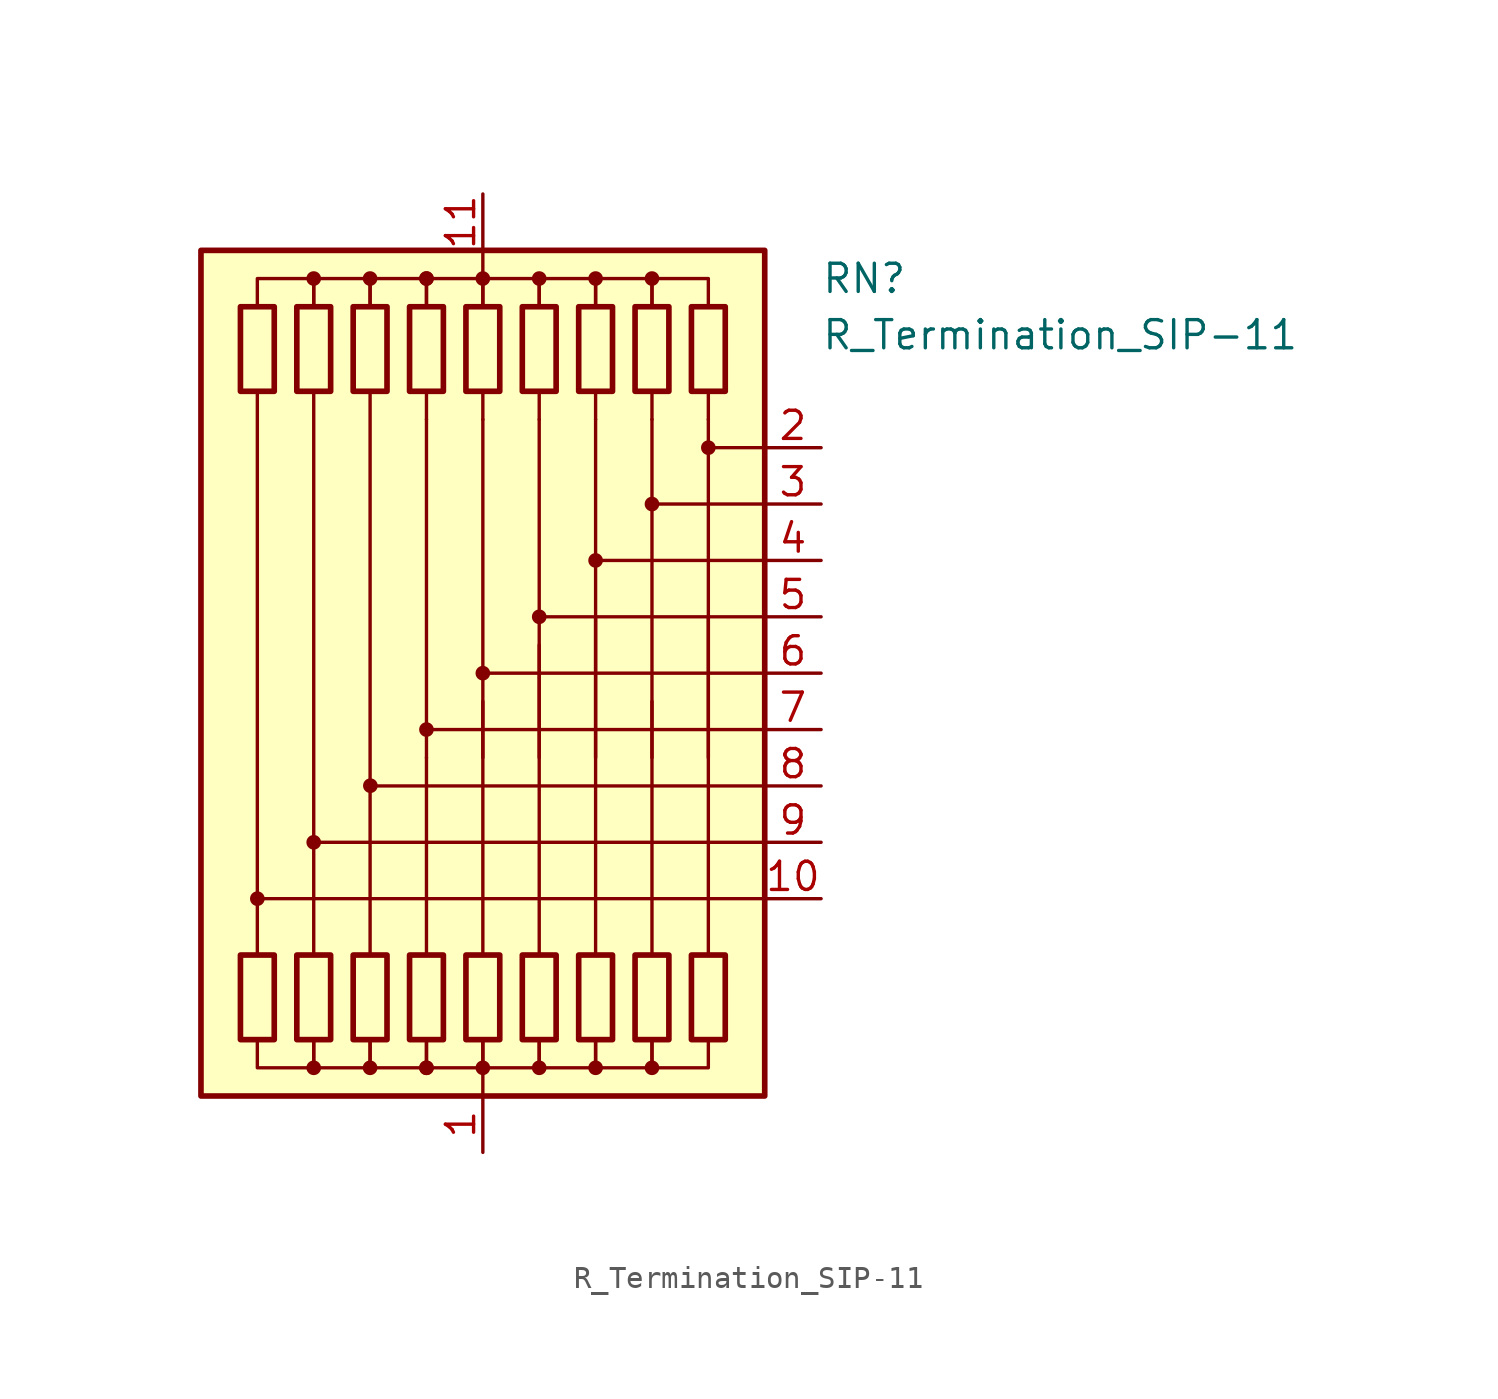
<source format=kicad_sym>
(kicad_symbol_lib
  (version 20211014)
  (generator kicad_symbol_editor)
  (symbol "R_Termination_SIP-11"
    (pin_names
      (offset 0.002) hide)
    (property "Reference" "RN"
      (at 15.24 17.78 0)
      (effects (font (size 1.27 1.27)) (justify left)))
    (property "Value" "R_Termination_SIP-11"
      (at 15.24 15.24 0)
      (effects (font (size 1.27 1.27)) (justify left)))
    (symbol "R_Termination_SIP-11_0_1"
      (rectangle (start -10.922 16.51) (end -9.398 12.7) (stroke (width 0.254) (type default) (color 0 0 0 0)) (fill (type none)))
      (circle (center -10.16 -10.16) (radius 0.254) (stroke (width 0) (type default) (color 0 0 0 0)) (fill (type outline)))
      (rectangle (start -9.398 -16.51) (end -10.922 -12.7) (stroke (width 0.254) (type default) (color 0 0 0 0)) (fill (type none)))
      (rectangle (start -8.382 16.51) (end -6.858 12.7) (stroke (width 0.254) (type default) (color 0 0 0 0)) (fill (type none)))
      (circle (center -7.62 -17.78) (radius 0.254) (stroke (width 0) (type default) (color 0 0 0 0)) (fill (type outline)))
      (circle (center -7.62 -7.62) (radius 0.254) (stroke (width 0) (type default) (color 0 0 0 0)) (fill (type outline)))
      (circle (center -7.62 17.78) (radius 0.254) (stroke (width 0) (type default) (color 0 0 0 0)) (fill (type outline)))
      (rectangle (start -6.858 -16.51) (end -8.382 -12.7) (stroke (width 0.254) (type default) (color 0 0 0 0)) (fill (type none)))
      (rectangle (start -5.842 16.51) (end -4.318 12.7) (stroke (width 0.254) (type default) (color 0 0 0 0)) (fill (type none)))
      (circle (center -5.08 -17.78) (radius 0.254) (stroke (width 0) (type default) (color 0 0 0 0)) (fill (type outline)))
      (circle (center -5.08 17.78) (radius 0.254) (stroke (width 0) (type default) (color 0 0 0 0)) (fill (type outline)))
      (circle (center -5.068 -5.069) (radius 0.254) (stroke (width 0) (type default) (color 0 0 0 0)) (fill (type outline)))
      (rectangle (start -4.318 -16.51) (end -5.842 -12.7) (stroke (width 0.254) (type default) (color 0 0 0 0)) (fill (type none)))
      (rectangle (start -3.302 16.51) (end -1.778 12.7) (stroke (width 0.254) (type default) (color 0 0 0 0)) (fill (type none)))
      (circle (center -2.54 -17.78) (radius 0.254) (stroke (width 0) (type default) (color 0 0 0 0)) (fill (type outline)))
      (circle (center -2.54 -17.78) (radius 0.254) (stroke (width 0) (type default) (color 0 0 0 0)) (fill (type outline)))
      (circle (center -2.54 -2.54) (radius 0.254) (stroke (width 0) (type default) (color 0 0 0 0)) (fill (type outline)))
      (circle (center -2.54 17.78) (radius 0.254) (stroke (width 0) (type default) (color 0 0 0 0)) (fill (type outline)))
      (circle (center -2.54 17.78) (radius 0.254) (stroke (width 0) (type default) (color 0 0 0 0)) (fill (type outline)))
      (rectangle (start -1.778 -16.51) (end -3.302 -12.7) (stroke (width 0.254) (type default) (color 0 0 0 0)) (fill (type none)))
      (rectangle (start -0.762 16.51) (end 0.762 12.7) (stroke (width 0.254) (type default) (color 0 0 0 0)) (fill (type none)))
      (circle (center 0 -17.78) (radius 0.254) (stroke (width 0) (type default) (color 0 0 0 0)) (fill (type outline)))
      (polyline (pts (xy -10.16 12.7) (xy -10.16 -12.7)) (stroke (width 0) (type default) (color 0 0 0 0)) (fill (type none)))
      (polyline (pts (xy -7.62 12.7) (xy -7.62 -12.7)) (stroke (width 0) (type default) (color 0 0 0 0)) (fill (type none)))
      (polyline (pts (xy -5.08 12.7) (xy -5.08 -12.7)) (stroke (width 0) (type default) (color 0 0 0 0)) (fill (type none)))
      (polyline (pts (xy -2.54 -12.7) (xy -2.54 -3.81)) (stroke (width 0) (type default) (color 0 0 0 0)) (fill (type none)))
      (polyline (pts (xy -2.54 11.43) (xy -2.54 -3.81)) (stroke (width 0.152) (type default) (color 0 0 0 0)) (fill (type none)))
      (polyline (pts (xy -2.54 12.7) (xy -2.54 11.43)) (stroke (width 0) (type default) (color 0 0 0 0)) (fill (type none)))
      (polyline (pts (xy 0 -19.05) (xy 0 -17.78)) (stroke (width 0) (type default) (color 0 0 0 0)) (fill (type none)))
      (polyline (pts (xy 0 -12.7) (xy 0 -1.27)) (stroke (width 0) (type default) (color 0 0 0 0)) (fill (type none)))
      (polyline (pts (xy 0 11.43) (xy 0 -3.81)) (stroke (width 0.152) (type default) (color 0 0 0 0)) (fill (type none)))
      (polyline (pts (xy 0 12.7) (xy 0 11.43)) (stroke (width 0) (type default) (color 0 0 0 0)) (fill (type none)))
      (polyline (pts (xy 0 19.05) (xy 0 17.78)) (stroke (width 0) (type default) (color 0 0 0 0)) (fill (type none)))
      (polyline (pts (xy 2.54 -12.7) (xy 2.54 1.27)) (stroke (width 0) (type default) (color 0 0 0 0)) (fill (type none)))
      (polyline (pts (xy 2.54 11.43) (xy 2.54 -3.81)) (stroke (width 0.152) (type default) (color 0 0 0 0)) (fill (type none)))
      (polyline (pts (xy 2.54 12.7) (xy 2.54 11.43)) (stroke (width 0) (type default) (color 0 0 0 0)) (fill (type none)))
      (polyline (pts (xy 5.08 -12.7) (xy 5.08 2.54)) (stroke (width 0) (type default) (color 0 0 0 0)) (fill (type none)))
      (polyline (pts (xy 5.08 11.43) (xy 5.08 -3.81)) (stroke (width 0.152) (type default) (color 0 0 0 0)) (fill (type none)))
      (polyline (pts (xy 5.08 12.7) (xy 5.08 11.43)) (stroke (width 0) (type default) (color 0 0 0 0)) (fill (type none)))
      (polyline (pts (xy 7.62 -12.7) (xy 7.62 -1.27)) (stroke (width 0) (type default) (color 0 0 0 0)) (fill (type none)))
      (polyline (pts (xy 7.62 11.43) (xy 7.62 -3.81)) (stroke (width 0.152) (type default) (color 0 0 0 0)) (fill (type none)))
      (polyline (pts (xy 7.62 12.7) (xy 7.62 11.43)) (stroke (width 0) (type default) (color 0 0 0 0)) (fill (type none)))
      (polyline (pts (xy 10.16 -12.7) (xy 10.16 2.54)) (stroke (width 0) (type default) (color 0 0 0 0)) (fill (type none)))
      (polyline (pts (xy 10.16 11.43) (xy 10.16 -3.81)) (stroke (width 0.152) (type default) (color 0 0 0 0)) (fill (type none)))
      (polyline (pts (xy 10.16 12.7) (xy 10.16 11.43)) (stroke (width 0) (type default) (color 0 0 0 0)) (fill (type none)))
      (polyline (pts (xy 12.7 -10.16) (xy -10.16 -10.16)) (stroke (width 0.152) (type default) (color 0 0 0 0)) (fill (type none)))
      (polyline (pts (xy 12.7 -7.62) (xy -7.62 -7.62)) (stroke (width 0.152) (type default) (color 0 0 0 0)) (fill (type none)))
      (polyline (pts (xy 12.7 -5.08) (xy -5.08 -5.08)) (stroke (width 0.152) (type default) (color 0 0 0 0)) (fill (type none)))
      (polyline (pts (xy 12.7 -2.54) (xy -2.54 -2.54)) (stroke (width 0.152) (type default) (color 0 0 0 0)) (fill (type none)))
      (polyline (pts (xy 12.7 0) (xy 0 0)) (stroke (width 0.152) (type default) (color 0 0 0 0)) (fill (type none)))
      (polyline (pts (xy 12.7 2.54) (xy 2.54 2.54)) (stroke (width 0.152) (type default) (color 0 0 0 0)) (fill (type none)))
      (polyline (pts (xy 12.7 5.08) (xy 5.08 5.08)) (stroke (width 0.152) (type default) (color 0 0 0 0)) (fill (type none)))
      (polyline (pts (xy 12.7 7.62) (xy 7.62 7.62)) (stroke (width 0.152) (type default) (color 0 0 0 0)) (fill (type none)))
      (polyline (pts (xy 12.7 10.16) (xy 10.16 10.16)) (stroke (width 0.152) (type default) (color 0 0 0 0)) (fill (type none)))
      (polyline (pts (xy -10.16 16.51) (xy -10.16 17.78) (xy -7.62 17.78) (xy -7.62 16.51)) (stroke (width 0) (type default) (color 0 0 0 0)) (fill (type none)))
      (polyline (pts (xy -7.62 -16.51) (xy -7.62 -17.78) (xy -10.16 -17.78) (xy -10.16 -16.51)) (stroke (width 0) (type default) (color 0 0 0 0)) (fill (type none)))
      (polyline (pts (xy -7.62 16.51) (xy -7.62 17.78) (xy -5.08 17.78) (xy -5.08 16.51)) (stroke (width 0) (type default) (color 0 0 0 0)) (fill (type none)))
      (polyline (pts (xy -5.08 -16.51) (xy -5.08 -17.78) (xy -7.62 -17.78) (xy -7.62 -16.51)) (stroke (width 0) (type default) (color 0 0 0 0)) (fill (type none)))
      (polyline (pts (xy -5.08 16.51) (xy -5.08 17.78) (xy -2.54 17.78) (xy -2.54 16.51)) (stroke (width 0) (type default) (color 0 0 0 0)) (fill (type none)))
      (polyline (pts (xy -2.54 -16.51) (xy -2.54 -17.78) (xy -5.08 -17.78) (xy -5.08 -16.51)) (stroke (width 0) (type default) (color 0 0 0 0)) (fill (type none)))
      (polyline (pts (xy -2.54 16.51) (xy -2.54 17.78) (xy 0 17.78) (xy 0 16.51)) (stroke (width 0) (type default) (color 0 0 0 0)) (fill (type none)))
      (polyline (pts (xy 0 -16.51) (xy 0 -17.78) (xy -2.54 -17.78) (xy -2.54 -16.51)) (stroke (width 0) (type default) (color 0 0 0 0)) (fill (type none)))
      (polyline (pts (xy 0 16.51) (xy 0 17.78) (xy 2.54 17.78) (xy 2.54 16.51)) (stroke (width 0) (type default) (color 0 0 0 0)) (fill (type none)))
      (polyline (pts (xy 2.54 -16.51) (xy 2.54 -17.78) (xy 0 -17.78) (xy 0 -16.51)) (stroke (width 0) (type default) (color 0 0 0 0)) (fill (type none)))
      (polyline (pts (xy 2.54 16.51) (xy 2.54 17.78) (xy 5.08 17.78) (xy 5.08 16.51)) (stroke (width 0) (type default) (color 0 0 0 0)) (fill (type none)))
      (polyline (pts (xy 5.08 -16.51) (xy 5.08 -17.78) (xy 2.54 -17.78) (xy 2.54 -16.51)) (stroke (width 0) (type default) (color 0 0 0 0)) (fill (type none)))
      (polyline (pts (xy 5.08 16.51) (xy 5.08 17.78) (xy 7.62 17.78) (xy 7.62 16.51)) (stroke (width 0) (type default) (color 0 0 0 0)) (fill (type none)))
      (polyline (pts (xy 7.62 -16.51) (xy 7.62 -17.78) (xy 5.08 -17.78) (xy 5.08 -16.51)) (stroke (width 0) (type default) (color 0 0 0 0)) (fill (type none)))
      (polyline (pts (xy 7.62 16.51) (xy 7.62 17.78) (xy 10.16 17.78) (xy 10.16 16.51)) (stroke (width 0) (type default) (color 0 0 0 0)) (fill (type none)))
      (polyline (pts (xy 10.16 -16.51) (xy 10.16 -17.78) (xy 7.62 -17.78) (xy 7.62 -16.51)) (stroke (width 0) (type default) (color 0 0 0 0)) (fill (type none)))
      (circle (center 0 0) (radius 0.254) (stroke (width 0) (type default) (color 0 0 0 0)) (fill (type outline)))
      (circle (center 0 17.78) (radius 0.254) (stroke (width 0) (type default) (color 0 0 0 0)) (fill (type outline)))
      (rectangle (start 0.762 -16.51) (end -0.762 -12.7) (stroke (width 0.254) (type default) (color 0 0 0 0)) (fill (type none)))
      (rectangle (start 1.778 16.51) (end 3.302 12.7) (stroke (width 0.254) (type default) (color 0 0 0 0)) (fill (type none)))
      (circle (center 2.54 -17.78) (radius 0.254) (stroke (width 0) (type default) (color 0 0 0 0)) (fill (type outline)))
      (circle (center 2.54 2.54) (radius 0.254) (stroke (width 0) (type default) (color 0 0 0 0)) (fill (type outline)))
      (circle (center 2.54 17.78) (radius 0.254) (stroke (width 0) (type default) (color 0 0 0 0)) (fill (type outline)))
      (rectangle (start 3.302 -16.51) (end 1.778 -12.7) (stroke (width 0.254) (type default) (color 0 0 0 0)) (fill (type none)))
      (rectangle (start 4.318 16.51) (end 5.842 12.7) (stroke (width 0.254) (type default) (color 0 0 0 0)) (fill (type none)))
      (circle (center 5.08 -17.78) (radius 0.254) (stroke (width 0) (type default) (color 0 0 0 0)) (fill (type outline)))
      (circle (center 5.08 5.08) (radius 0.254) (stroke (width 0) (type default) (color 0 0 0 0)) (fill (type outline)))
      (circle (center 5.08 17.78) (radius 0.254) (stroke (width 0) (type default) (color 0 0 0 0)) (fill (type outline)))
      (rectangle (start 5.842 -16.51) (end 4.318 -12.7) (stroke (width 0.254) (type default) (color 0 0 0 0)) (fill (type none)))
      (rectangle (start 6.858 16.51) (end 8.382 12.7) (stroke (width 0.254) (type default) (color 0 0 0 0)) (fill (type none)))
      (circle (center 7.62 -17.78) (radius 0.254) (stroke (width 0) (type default) (color 0 0 0 0)) (fill (type outline)))
      (circle (center 7.62 7.62) (radius 0.254) (stroke (width 0) (type default) (color 0 0 0 0)) (fill (type outline)))
      (circle (center 7.62 17.78) (radius 0.254) (stroke (width 0) (type default) (color 0 0 0 0)) (fill (type outline)))
      (rectangle (start 8.382 -16.51) (end 6.858 -12.7) (stroke (width 0.254) (type default) (color 0 0 0 0)) (fill (type none)))
      (rectangle (start 9.398 16.51) (end 10.922 12.7) (stroke (width 0.254) (type default) (color 0 0 0 0)) (fill (type none)))
      (circle (center 10.16 10.16) (radius 0.254) (stroke (width 0) (type default) (color 0 0 0 0)) (fill (type outline)))
      (rectangle (start 10.922 -16.51) (end 9.398 -12.7) (stroke (width 0.254) (type default) (color 0 0 0 0)) (fill (type none)))
      (rectangle (start 12.7 19.05) (end -12.7 -19.05) (stroke (width 0.254) (type default) (color 0 0 0 0)) (fill (type background))))
    (symbol "R_Termination_SIP-11_1_1"
      (pin passive line (at 0 -21.59 90) (length 2.54) (name "common" (effects (font (size 1.27 1.27)))) (number "1" (effects (font (size 1.27 1.27)))))
      (pin passive line (at 15.24 -10.16 180) (length 2.54) (name "R10" (effects (font (size 1.27 1.27)))) (number "10" (effects (font (size 1.27 1.27)))))
      (pin passive line (at 0 21.59 270) (length 2.54) (name "common" (effects (font (size 1.27 1.27)))) (number "11" (effects (font (size 1.27 1.27)))))
      (pin passive line (at 15.24 10.16 180) (length 2.54) (name "R2" (effects (font (size 1.27 1.27)))) (number "2" (effects (font (size 1.27 1.27)))))
      (pin passive line (at 15.24 7.62 180) (length 2.54) (name "R3" (effects (font (size 1.27 1.27)))) (number "3" (effects (font (size 1.27 1.27)))))
      (pin passive line (at 15.24 5.08 180) (length 2.54) (name "R4" (effects (font (size 1.27 1.27)))) (number "4" (effects (font (size 1.27 1.27)))))
      (pin passive line (at 15.24 2.54 180) (length 2.54) (name "R5" (effects (font (size 1.27 1.27)))) (number "5" (effects (font (size 1.27 1.27)))))
      (pin passive line (at 15.24 0 180) (length 2.54) (name "R6" (effects (font (size 1.27 1.27)))) (number "6" (effects (font (size 1.27 1.27)))))
      (pin passive line (at 15.24 -2.54 180) (length 2.54) (name "R7" (effects (font (size 1.27 1.27)))) (number "7" (effects (font (size 1.27 1.27)))))
      (pin passive line (at 15.24 -5.08 180) (length 2.54) (name "R8" (effects (font (size 1.27 1.27)))) (number "8" (effects (font (size 1.27 1.27)))))
      (pin passive line (at 15.24 -7.62 180) (length 2.54) (name "R9" (effects (font (size 1.27 1.27)))) (number "9" (effects (font (size 1.27 1.27))))))))
</source>
